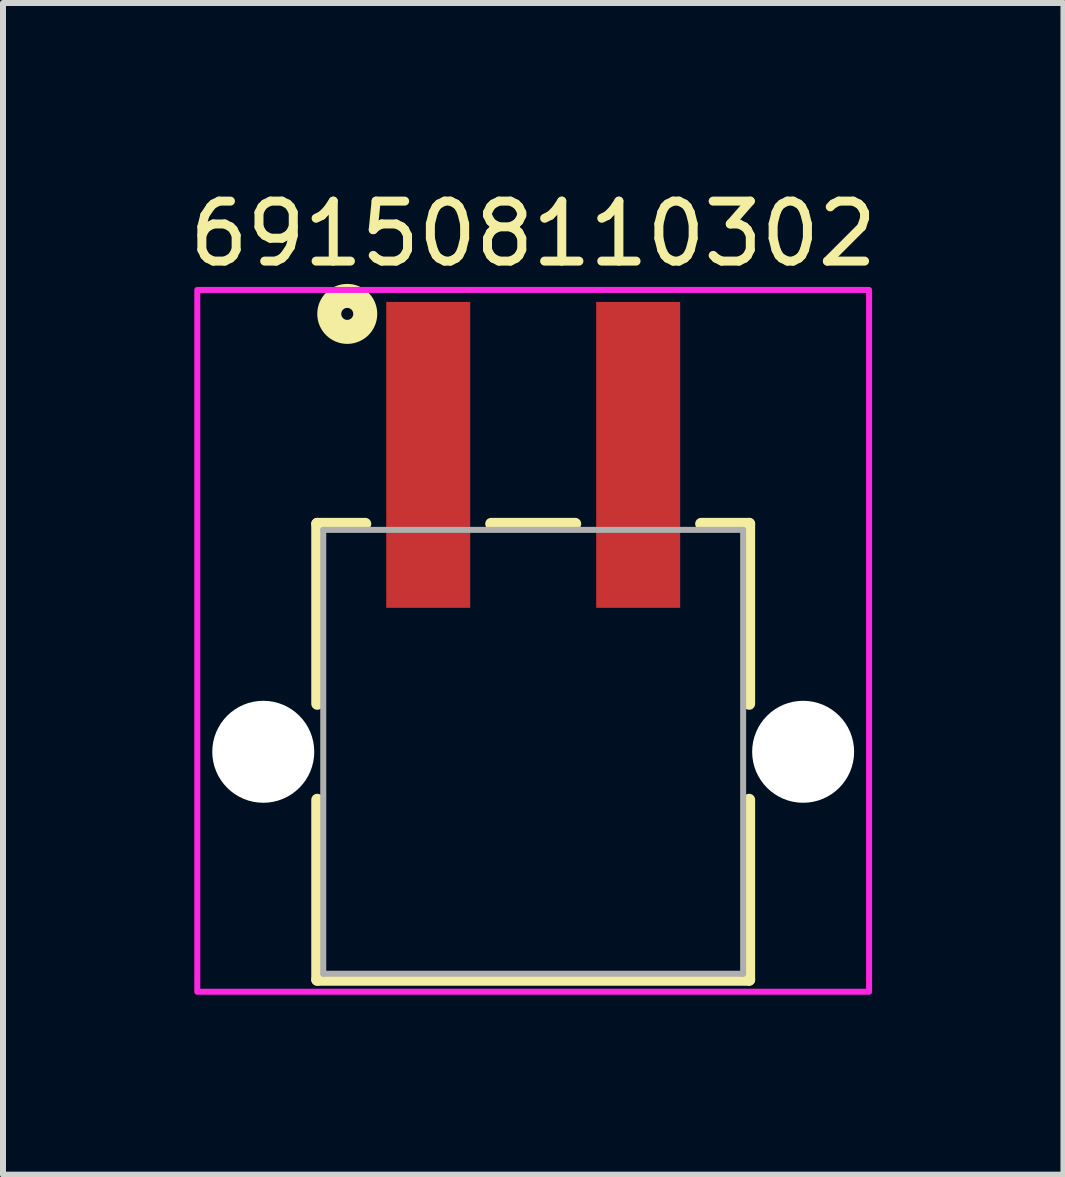
<source format=kicad_pcb>
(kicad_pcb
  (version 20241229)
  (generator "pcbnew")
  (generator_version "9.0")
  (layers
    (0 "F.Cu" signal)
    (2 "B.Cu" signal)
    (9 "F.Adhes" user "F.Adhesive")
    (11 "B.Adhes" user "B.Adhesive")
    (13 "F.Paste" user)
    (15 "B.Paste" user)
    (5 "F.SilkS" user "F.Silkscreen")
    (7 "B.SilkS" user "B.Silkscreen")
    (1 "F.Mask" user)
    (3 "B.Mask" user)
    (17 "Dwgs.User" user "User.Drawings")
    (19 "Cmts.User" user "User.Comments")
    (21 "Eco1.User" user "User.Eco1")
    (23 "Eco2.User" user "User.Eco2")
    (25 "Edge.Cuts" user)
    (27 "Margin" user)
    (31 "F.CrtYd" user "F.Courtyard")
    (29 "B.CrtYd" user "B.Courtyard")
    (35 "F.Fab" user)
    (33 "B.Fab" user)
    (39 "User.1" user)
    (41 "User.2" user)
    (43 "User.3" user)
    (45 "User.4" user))
  (footprint "691508110302"
    (layer "F.Cu")
    (at 5.839 9.483)
    (property "Reference" "691508110302" (at 0 -8.635 0) (layer "F.SilkS") (effects (font (size 1 1) (thickness 0.15))))
    (attr through_hole)
    (fp_line (start -3.6 -3.8) (end -2.8 -3.8) (stroke (width 0.2) (type solid)) (layer "F.SilkS"))
    (fp_line (start -3.6 -0.8) (end -3.6 -3.8) (stroke (width 0.2) (type solid)) (layer "F.SilkS"))
    (fp_line (start -3.6 3.8) (end -3.6 0.8) (stroke (width 0.2) (type solid)) (layer "F.SilkS"))
    (fp_line (start -0.7 -3.8) (end 0.7 -3.8) (stroke (width 0.2) (type solid)) (layer "F.SilkS"))
    (fp_line (start 2.8 -3.8) (end 3.6 -3.8) (stroke (width 0.2) (type solid)) (layer "F.SilkS"))
    (fp_line (start 3.6 -3.8) (end 3.6 -0.8) (stroke (width 0.2) (type solid)) (layer "F.SilkS"))
    (fp_line (start 3.6 0.8) (end 3.6 3.8) (stroke (width 0.2) (type solid)) (layer "F.SilkS"))
    (fp_line (start 3.6 3.8) (end -3.6 3.8) (stroke (width 0.2) (type solid)) (layer "F.SilkS"))
    (fp_circle (center -3.1 -7.3) (end -3 -7.3) (stroke (width 0.4) (type solid)) (fill no) (layer "F.SilkS"))
    (fp_poly (pts (xy -5.6 -7.7) (xy 5.6 -7.7) (xy 5.6 4) (xy -5.6 4)) (stroke (width 0.1) (type solid)) (fill no) (layer "F.CrtYd"))
    (fp_line (start -3.5 -3.7) (end 3.5 -3.7) (stroke (width 0.1) (type solid)) (layer "F.Fab"))
    (fp_line (start -3.5 3.7) (end -3.5 -3.7) (stroke (width 0.1) (type solid)) (layer "F.Fab"))
    (fp_line (start 3.5 -3.7) (end 3.5 3.7) (stroke (width 0.1) (type solid)) (layer "F.Fab"))
    (fp_line (start 3.5 3.7) (end -3.5 3.7) (stroke (width 0.1) (type solid)) (layer "F.Fab"))
    (pad "" np_thru_hole circle (at -4.5 0) (size 1.7 1.7) (drill 1.7) (layers "*.Cu" "*.Mask"))
    (pad "" np_thru_hole circle (at 4.5 0) (size 1.7 1.7) (drill 1.7) (layers "*.Cu" "*.Mask"))
    (pad "1" smd rect (at -1.75 -4.95) (size 1.4 5.1) (layers "F.Cu" "F.Mask" "F.Paste"))
    (pad "2" smd rect (at 1.75 -4.95) (size 1.4 5.1) (layers "F.Cu" "F.Mask" "F.Paste")))
  (gr_rect
    (start -3 -3)
    (end 14.679 16.533)
    (stroke (width 0.1) (type default))
    (fill no)
    (layer "Edge.Cuts")))
</source>
